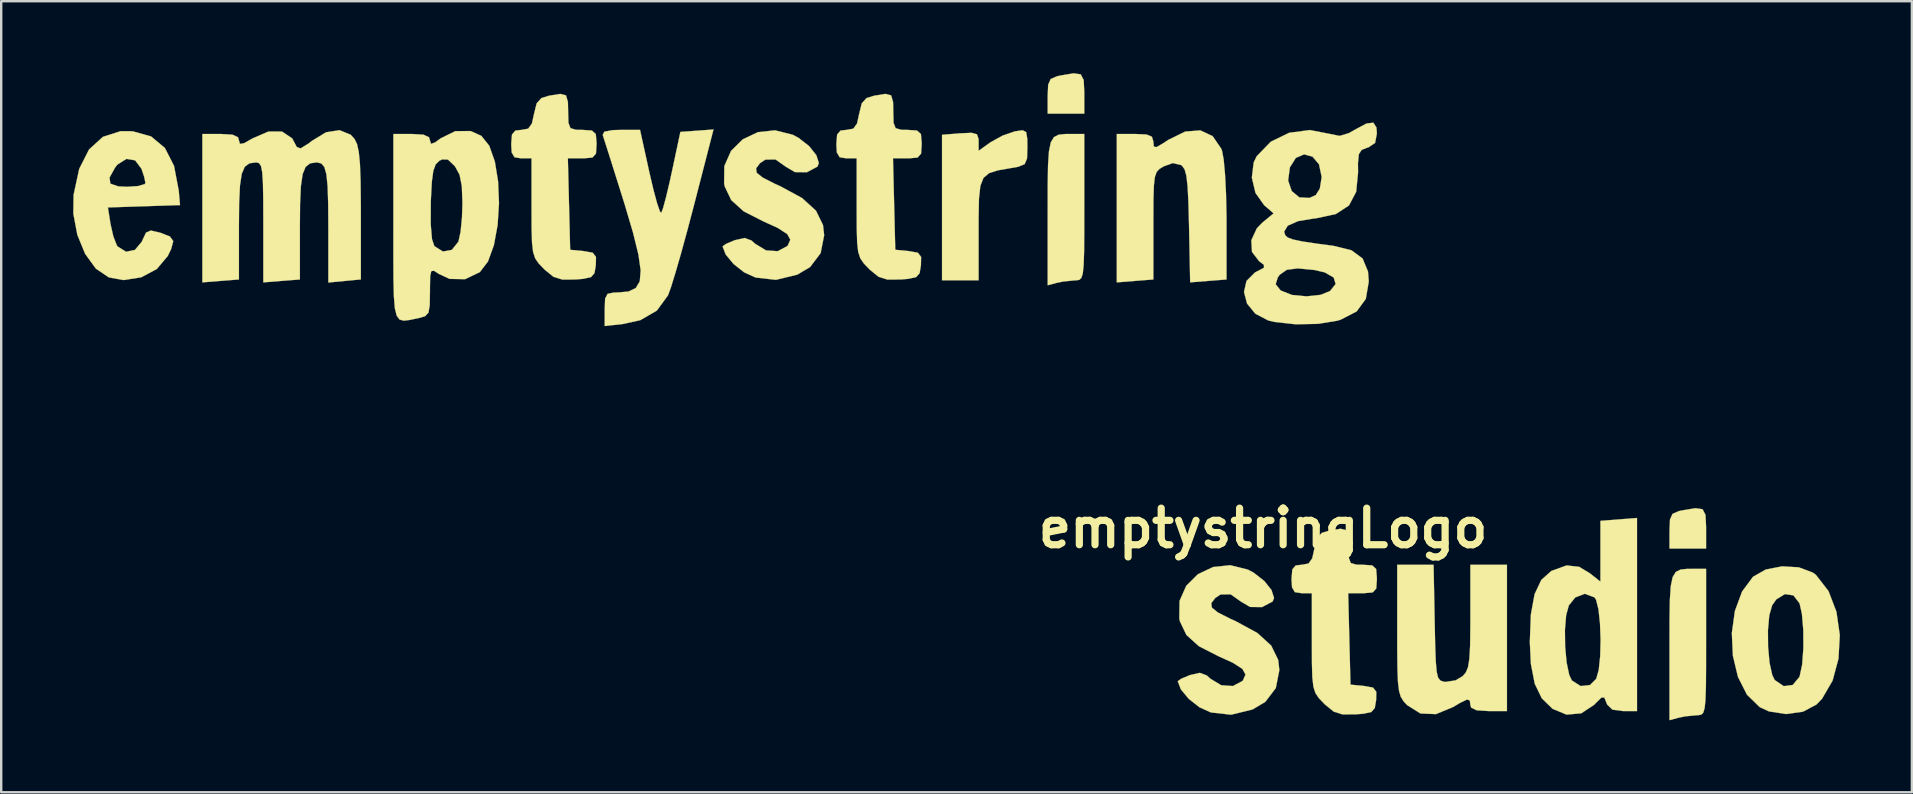
<source format=kicad_pcb>
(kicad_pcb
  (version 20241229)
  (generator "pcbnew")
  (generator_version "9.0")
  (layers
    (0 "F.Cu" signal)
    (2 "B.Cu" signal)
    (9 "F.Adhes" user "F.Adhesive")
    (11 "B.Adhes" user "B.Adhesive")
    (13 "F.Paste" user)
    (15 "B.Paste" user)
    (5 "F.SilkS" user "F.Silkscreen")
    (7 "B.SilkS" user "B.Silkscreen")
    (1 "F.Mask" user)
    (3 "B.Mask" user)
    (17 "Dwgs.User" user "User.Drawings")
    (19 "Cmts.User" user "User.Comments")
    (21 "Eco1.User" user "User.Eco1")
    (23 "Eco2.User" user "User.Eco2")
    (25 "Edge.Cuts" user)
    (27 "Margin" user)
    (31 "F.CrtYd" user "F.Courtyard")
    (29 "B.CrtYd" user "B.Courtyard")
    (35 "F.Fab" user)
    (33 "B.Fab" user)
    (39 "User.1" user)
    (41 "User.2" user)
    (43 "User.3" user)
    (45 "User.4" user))
  (footprint "emptystringLogo"
    (layer "F.Cu")
    (at 49.577 18.957)
    (property "Reference" "emptystringLogo" (at 0 0 0) (layer "F.SilkS") (effects (font (size 1.524 1.524) (thickness 0.3))))
    (attr through_hole)
    (fp_poly (pts (xy -7.598 -18.91) (xy -7.476 -18.675) (xy -7.451 -18.191) (xy -7.451 -18.119) (xy -7.451 -17.272) (xy -8.975 -17.272) (xy -8.975 -18.013) (xy -8.955 -18.479) (xy -8.85 -18.715) (xy -8.593 -18.827) (xy -8.445 -18.86) (xy -7.896 -18.952) (xy -7.598 -18.91)) (stroke (width 0.01) (type solid)) (fill yes) (layer "F.SilkS"))
    (fp_poly (pts (xy 18.31 -0.791) (xy 18.432 -0.557) (xy 18.457 -0.073) (xy 18.457 0) (xy 18.457 0.847) (xy 16.933 0.847) (xy 16.933 0.106) (xy 16.953 -0.361) (xy 17.058 -0.596) (xy 17.315 -0.709) (xy 17.462 -0.741) (xy 18.012 -0.833) (xy 18.31 -0.791)) (stroke (width 0.01) (type solid)) (fill yes) (layer "F.SilkS"))
    (fp_poly (pts (xy -7.451 -13.377) (xy -7.452 -12.295) (xy -7.458 -11.504) (xy -7.477 -10.961) (xy -7.512 -10.617) (xy -7.571 -10.428) (xy -7.658 -10.347) (xy -7.78 -10.328) (xy -7.832 -10.327) (xy -8.322 -10.279) (xy -8.594 -10.223) (xy -8.975 -10.121) (xy -8.975 -13.17) (xy -8.974 -14.295) (xy -8.961 -15.125) (xy -8.922 -15.706) (xy -8.844 -16.081) (xy -8.712 -16.297) (xy -8.512 -16.396) (xy -8.23 -16.424) (xy -7.945 -16.425) (xy -7.451 -16.425) (xy -7.451 -13.377)) (stroke (width 0.01) (type solid)) (fill yes) (layer "F.SilkS"))
    (fp_poly (pts (xy 18.457 4.741) (xy 18.456 5.824) (xy 18.45 6.614) (xy 18.431 7.158) (xy 18.396 7.501) (xy 18.337 7.691) (xy 18.25 7.772) (xy 18.128 7.791) (xy 18.076 7.792) (xy 17.586 7.84) (xy 17.314 7.896) (xy 16.933 7.998) (xy 16.933 4.949) (xy 16.934 3.824) (xy 16.947 2.994) (xy 16.986 2.413) (xy 17.064 2.037) (xy 17.196 1.822) (xy 17.396 1.723) (xy 17.678 1.694) (xy 17.963 1.693) (xy 18.457 1.693) (xy 18.457 4.741)) (stroke (width 0.01) (type solid)) (fill yes) (layer "F.SilkS"))
    (fp_poly (pts (xy -9.871 -16.503) (xy -9.825 -16.219) (xy -9.821 -15.875) (xy -9.835 -15.405) (xy -9.934 -15.168) (xy -10.202 -15.058) (xy -10.52 -15.002) (xy -11.049 -14.91) (xy -11.415 -14.794) (xy -11.649 -14.598) (xy -11.78 -14.263) (xy -11.838 -13.732) (xy -11.853 -12.949) (xy -11.853 -12.44) (xy -11.853 -10.329) (xy -13.377 -10.329) (xy -13.377 -16.391) (xy -12.615 -16.452) (xy -12.146 -16.473) (xy -11.923 -16.412) (xy -11.857 -16.23) (xy -11.853 -16.119) (xy -11.853 -15.725) (xy -11.36 -16.077) (xy -10.857 -16.356) (xy -10.344 -16.533) (xy -10.023 -16.581) (xy -9.871 -16.503)) (stroke (width 0.01) (type solid)) (fill yes) (layer "F.SilkS"))
    (fp_poly (pts (xy 7.15 3.937) (xy 7.17 4.884) (xy 7.194 5.545) (xy 7.231 5.974) (xy 7.29 6.223) (xy 7.382 6.345) (xy 7.515 6.394) (xy 7.592 6.406) (xy 8.02 6.34) (xy 8.311 6.168) (xy 8.447 6.011) (xy 8.539 5.789) (xy 8.595 5.438) (xy 8.625 4.898) (xy 8.635 4.107) (xy 8.636 3.699) (xy 8.636 1.524) (xy 10.16 1.524) (xy 10.16 7.62) (xy 9.398 7.62) (xy 8.896 7.587) (xy 8.667 7.474) (xy 8.636 7.366) (xy 8.612 7.172) (xy 8.492 7.141) (xy 8.204 7.28) (xy 7.92 7.45) (xy 7.201 7.747) (xy 6.555 7.719) (xy 6.004 7.374) (xy 5.848 7.206) (xy 5.737 7.027) (xy 5.664 6.779) (xy 5.619 6.406) (xy 5.597 5.851) (xy 5.589 5.057) (xy 5.588 4.241) (xy 5.588 1.524) (xy 7.103 1.524) (xy 7.15 3.937)) (stroke (width 0.01) (type solid)) (fill yes) (layer "F.SilkS"))
    (fp_poly (pts (xy -2.101 -16.334) (xy -1.743 -15.811) (xy -1.711 -15.726) (xy -1.643 -15.363) (xy -1.586 -14.74) (xy -1.545 -13.938) (xy -1.525 -13.034) (xy -1.524 -12.776) (xy -1.524 -10.363) (xy -2.282 -10.303) (xy -3.039 -10.243) (xy -3.086 -12.596) (xy -3.111 -13.558) (xy -3.145 -14.235) (xy -3.196 -14.681) (xy -3.271 -14.951) (xy -3.376 -15.099) (xy -3.418 -15.129) (xy -3.761 -15.213) (xy -4.138 -15.077) (xy -4.313 -14.973) (xy -4.434 -14.844) (xy -4.51 -14.629) (xy -4.551 -14.271) (xy -4.568 -13.709) (xy -4.572 -12.884) (xy -4.572 -12.604) (xy -4.572 -10.363) (xy -5.334 -10.303) (xy -6.096 -10.242) (xy -6.096 -16.425) (xy -5.334 -16.425) (xy -4.857 -16.403) (xy -4.632 -16.31) (xy -4.572 -16.11) (xy -4.572 -16.092) (xy -4.552 -15.9) (xy -4.44 -15.878) (xy -4.162 -16.038) (xy -3.956 -16.176) (xy -3.246 -16.525) (xy -2.615 -16.575) (xy -2.101 -16.334)) (stroke (width 0.01) (type solid)) (fill yes) (layer "F.SilkS"))
    (fp_poly (pts (xy -23.72 -13.428) (xy -23.991 -12.401) (xy -24.251 -11.452) (xy -24.484 -10.646) (xy -24.67 -10.043) (xy -24.793 -9.706) (xy -24.794 -9.703) (xy -25.258 -9.067) (xy -25.951 -8.666) (xy -26.672 -8.508) (xy -27.432 -8.423) (xy -27.432 -9.122) (xy -27.415 -9.565) (xy -27.312 -9.765) (xy -27.048 -9.819) (xy -26.873 -9.821) (xy -26.438 -9.862) (xy -26.137 -10.006) (xy -25.97 -10.287) (xy -25.933 -10.741) (xy -26.027 -11.401) (xy -26.248 -12.301) (xy -26.595 -13.475) (xy -26.674 -13.727) (xy -26.947 -14.596) (xy -27.187 -15.358) (xy -27.375 -15.95) (xy -27.491 -16.311) (xy -27.515 -16.383) (xy -27.45 -16.52) (xy -27.105 -16.585) (xy -26.775 -16.595) (xy -25.96 -16.595) (xy -25.569 -14.815) (xy -25.402 -14.104) (xy -25.252 -13.547) (xy -25.135 -13.206) (xy -25.077 -13.134) (xy -25.001 -13.332) (xy -24.878 -13.785) (xy -24.728 -14.418) (xy -24.628 -14.871) (xy -24.279 -16.51) (xy -23.589 -16.561) (xy -22.899 -16.612) (xy -23.72 -13.428)) (stroke (width 0.01) (type solid)) (fill yes) (layer "F.SilkS"))
    (fp_poly (pts (xy 22.322 1.631) (xy 22.907 1.851) (xy 23.035 1.947) (xy 23.558 2.621) (xy 23.889 3.485) (xy 24.028 4.452) (xy 23.974 5.435) (xy 23.729 6.348) (xy 23.29 7.104) (xy 23.06 7.344) (xy 22.495 7.645) (xy 21.788 7.744) (xy 21.077 7.633) (xy 20.691 7.456) (xy 20.159 6.936) (xy 19.785 6.196) (xy 19.574 5.315) (xy 19.53 4.374) (xy 19.546 4.253) (xy 21.034 4.253) (xy 21.04 4.947) (xy 21.101 5.607) (xy 21.214 6.121) (xy 21.317 6.327) (xy 21.691 6.58) (xy 22.067 6.532) (xy 22.346 6.196) (xy 22.356 6.17) (xy 22.461 5.678) (xy 22.511 4.989) (xy 22.507 4.238) (xy 22.449 3.562) (xy 22.352 3.132) (xy 22.095 2.8) (xy 21.743 2.746) (xy 21.385 2.963) (xy 21.207 3.217) (xy 21.089 3.639) (xy 21.034 4.253) (xy 19.546 4.253) (xy 19.656 3.454) (xy 19.958 2.637) (xy 20.413 2.024) (xy 20.943 1.722) (xy 21.624 1.59) (xy 22.322 1.631)) (stroke (width 0.01) (type solid)) (fill yes) (layer "F.SilkS"))
    (fp_poly (pts (xy -29.043 -18.032) (xy -28.964 -17.755) (xy -28.956 -17.357) (xy -28.943 -16.888) (xy -28.858 -16.667) (xy -28.627 -16.599) (xy -28.363 -16.595) (xy -27.966 -16.568) (xy -27.803 -16.421) (xy -27.771 -16.047) (xy -27.771 -16.002) (xy -27.796 -15.606) (xy -27.943 -15.443) (xy -28.313 -15.409) (xy -28.369 -15.409) (xy -28.967 -15.409) (xy -28.871 -11.599) (xy -28.311 -11.546) (xy -27.932 -11.478) (xy -27.795 -11.303) (xy -27.803 -10.953) (xy -27.858 -10.626) (xy -28.003 -10.46) (xy -28.334 -10.388) (xy -28.663 -10.362) (xy -29.202 -10.36) (xy -29.569 -10.475) (xy -29.925 -10.765) (xy -29.976 -10.815) (xy -30.188 -11.036) (xy -30.33 -11.245) (xy -30.416 -11.51) (xy -30.461 -11.903) (xy -30.478 -12.493) (xy -30.48 -13.351) (xy -30.48 -15.409) (xy -30.903 -15.409) (xy -31.19 -15.454) (xy -31.307 -15.653) (xy -31.327 -16.002) (xy -31.295 -16.403) (xy -31.153 -16.567) (xy -30.905 -16.595) (xy -30.62 -16.646) (xy -30.465 -16.862) (xy -30.378 -17.255) (xy -30.268 -17.701) (xy -30.068 -17.922) (xy -29.763 -18.017) (xy -29.281 -18.095) (xy -29.043 -18.032)) (stroke (width 0.01) (type solid)) (fill yes) (layer "F.SilkS"))
    (fp_poly (pts (xy 3.469 0.087) (xy 3.548 0.364) (xy 3.556 0.762) (xy 3.569 1.23) (xy 3.654 1.452) (xy 3.885 1.519) (xy 4.149 1.524) (xy 4.546 1.55) (xy 4.709 1.698) (xy 4.741 2.072) (xy 4.741 2.117) (xy 4.716 2.513) (xy 4.569 2.676) (xy 4.199 2.709) (xy 4.143 2.709) (xy 3.545 2.709) (xy 3.641 6.519) (xy 4.201 6.573) (xy 4.58 6.641) (xy 4.717 6.816) (xy 4.709 7.166) (xy 4.654 7.492) (xy 4.509 7.659) (xy 4.178 7.731) (xy 3.849 7.756) (xy 3.31 7.759) (xy 2.943 7.643) (xy 2.587 7.354) (xy 2.536 7.304) (xy 2.324 7.082) (xy 2.182 6.874) (xy 2.096 6.608) (xy 2.051 6.216) (xy 2.034 5.626) (xy 2.032 4.768) (xy 2.032 2.709) (xy 1.609 2.709) (xy 1.322 2.665) (xy 1.205 2.466) (xy 1.185 2.117) (xy 1.217 1.716) (xy 1.359 1.552) (xy 1.607 1.524) (xy 1.892 1.473) (xy 2.047 1.257) (xy 2.134 0.864) (xy 2.244 0.418) (xy 2.444 0.197) (xy 2.749 0.102) (xy 3.231 0.023) (xy 3.469 0.087)) (stroke (width 0.01) (type solid)) (fill yes) (layer "F.SilkS"))
    (fp_poly (pts (xy 15.579 7.62) (xy 14.997 7.62) (xy 14.553 7.56) (xy 14.334 7.347) (xy 14.306 7.272) (xy 14.217 7.055) (xy 14.095 7.058) (xy 13.851 7.296) (xy 13.794 7.357) (xy 13.257 7.713) (xy 12.642 7.767) (xy 12.059 7.525) (xy 11.612 7.088) (xy 11.318 6.482) (xy 11.157 5.652) (xy 11.113 4.741) (xy 11.132 4.234) (xy 12.576 4.234) (xy 12.584 4.925) (xy 12.645 5.589) (xy 12.754 6.112) (xy 12.864 6.344) (xy 13.23 6.578) (xy 13.62 6.534) (xy 13.879 6.276) (xy 13.985 5.904) (xy 14.045 5.33) (xy 14.062 4.654) (xy 14.037 3.973) (xy 13.974 3.384) (xy 13.874 2.985) (xy 13.809 2.885) (xy 13.406 2.732) (xy 13.007 2.884) (xy 12.738 3.219) (xy 12.626 3.628) (xy 12.576 4.234) (xy 11.132 4.234) (xy 11.156 3.599) (xy 11.312 2.748) (xy 11.591 2.155) (xy 12.002 1.789) (xy 12.028 1.775) (xy 12.645 1.552) (xy 13.169 1.61) (xy 13.608 1.875) (xy 14.055 2.226) (xy 14.055 -0.305) (xy 14.817 -0.365) (xy 15.579 -0.426) (xy 15.579 7.62)) (stroke (width 0.01) (type solid)) (fill yes) (layer "F.SilkS"))
    (fp_poly (pts (xy -15.497 -18.032) (xy -15.417 -17.755) (xy -15.409 -17.357) (xy -15.397 -16.888) (xy -15.311 -16.667) (xy -15.08 -16.599) (xy -14.817 -16.595) (xy -14.419 -16.568) (xy -14.257 -16.421) (xy -14.224 -16.047) (xy -14.224 -16.002) (xy -14.25 -15.606) (xy -14.396 -15.443) (xy -14.766 -15.409) (xy -14.822 -15.409) (xy -15.42 -15.409) (xy -15.373 -13.504) (xy -15.325 -11.599) (xy -14.764 -11.546) (xy -14.385 -11.478) (xy -14.249 -11.303) (xy -14.256 -10.953) (xy -14.311 -10.626) (xy -14.456 -10.46) (xy -14.787 -10.388) (xy -15.117 -10.362) (xy -15.656 -10.36) (xy -16.023 -10.475) (xy -16.379 -10.765) (xy -16.429 -10.815) (xy -16.641 -11.036) (xy -16.783 -11.245) (xy -16.87 -11.51) (xy -16.914 -11.903) (xy -16.931 -12.493) (xy -16.933 -13.351) (xy -16.933 -15.409) (xy -17.357 -15.409) (xy -17.643 -15.454) (xy -17.76 -15.653) (xy -17.78 -16.002) (xy -17.748 -16.403) (xy -17.606 -16.567) (xy -17.359 -16.595) (xy -17.073 -16.646) (xy -16.918 -16.862) (xy -16.832 -17.255) (xy -16.722 -17.701) (xy -16.521 -17.922) (xy -16.216 -18.017) (xy -15.734 -18.095) (xy -15.497 -18.032)) (stroke (width 0.01) (type solid)) (fill yes) (layer "F.SilkS"))
    (fp_poly (pts (xy -19.601 -16.393) (xy -19.357 -16.264) (xy -18.915 -15.919) (xy -18.614 -15.54) (xy -18.509 -15.211) (xy -18.569 -15.064) (xy -19.01 -14.83) (xy -19.508 -14.837) (xy -19.888 -15.061) (xy -20.317 -15.364) (xy -20.742 -15.357) (xy -20.963 -15.206) (xy -21.124 -14.993) (xy -21.099 -14.808) (xy -20.847 -14.606) (xy -20.331 -14.344) (xy -20.094 -14.236) (xy -19.205 -13.753) (xy -18.628 -13.227) (xy -18.337 -12.631) (xy -18.288 -12.207) (xy -18.436 -11.458) (xy -18.872 -10.883) (xy -19.405 -10.565) (xy -20.298 -10.348) (xy -21.143 -10.443) (xy -21.622 -10.66) (xy -22.06 -11.005) (xy -22.391 -11.403) (xy -22.521 -11.741) (xy -22.38 -11.845) (xy -22.037 -11.989) (xy -22.007 -12) (xy -21.6 -12.092) (xy -21.311 -11.983) (xy -21.16 -11.847) (xy -20.71 -11.575) (xy -20.223 -11.541) (xy -19.826 -11.753) (xy -19.805 -11.777) (xy -19.698 -12.021) (xy -19.828 -12.255) (xy -20.226 -12.513) (xy -20.828 -12.786) (xy -21.641 -13.201) (xy -22.16 -13.67) (xy -22.43 -14.234) (xy -22.456 -14.355) (xy -22.447 -15.09) (xy -22.168 -15.719) (xy -21.681 -16.201) (xy -21.05 -16.5) (xy -20.336 -16.577) (xy -19.601 -16.393)) (stroke (width 0.01) (type solid)) (fill yes) (layer "F.SilkS"))
    (fp_poly (pts (xy -0.636 1.725) (xy -0.392 1.854) (xy 0.05 2.2) (xy 0.351 2.579) (xy 0.457 2.908) (xy 0.397 3.054) (xy -0.045 3.288) (xy -0.542 3.282) (xy -0.923 3.058) (xy -1.352 2.755) (xy -1.777 2.762) (xy -1.998 2.913) (xy -2.159 3.125) (xy -2.133 3.311) (xy -1.882 3.513) (xy -1.366 3.774) (xy -1.128 3.882) (xy -0.239 4.366) (xy 0.337 4.891) (xy 0.629 5.488) (xy 0.677 5.912) (xy 0.53 6.661) (xy 0.093 7.236) (xy -0.44 7.553) (xy -1.332 7.771) (xy -2.178 7.676) (xy -2.656 7.459) (xy -3.095 7.114) (xy -3.426 6.716) (xy -3.556 6.378) (xy -3.415 6.274) (xy -3.071 6.13) (xy -3.041 6.119) (xy -2.635 6.027) (xy -2.346 6.136) (xy -2.195 6.272) (xy -1.745 6.544) (xy -1.258 6.577) (xy -0.861 6.366) (xy -0.84 6.342) (xy -0.733 6.098) (xy -0.862 5.863) (xy -1.26 5.606) (xy -1.863 5.333) (xy -2.676 4.917) (xy -3.195 4.449) (xy -3.465 3.884) (xy -3.491 3.764) (xy -3.481 3.029) (xy -3.202 2.4) (xy -2.716 1.917) (xy -2.084 1.618) (xy -1.37 1.542) (xy -0.636 1.725)) (stroke (width 0.01) (type solid)) (fill yes) (layer "F.SilkS"))
    (fp_poly (pts (xy -47.106 -16.539) (xy -46.332 -16.322) (xy -45.757 -15.842) (xy -45.375 -15.093) (xy -45.18 -14.066) (xy -45.179 -14.055) (xy -45.127 -13.462) (xy -46.63 -13.413) (xy -48.132 -13.364) (xy -48.019 -12.659) (xy -47.906 -12.163) (xy -47.764 -11.795) (xy -47.724 -11.735) (xy -47.374 -11.518) (xy -47.006 -11.594) (xy -46.719 -11.936) (xy -46.693 -11.998) (xy -46.543 -12.315) (xy -46.345 -12.402) (xy -45.965 -12.314) (xy -45.946 -12.309) (xy -45.548 -12.155) (xy -45.408 -11.961) (xy -45.496 -11.63) (xy -45.638 -11.34) (xy -46.094 -10.798) (xy -46.745 -10.452) (xy -47.485 -10.338) (xy -48.091 -10.449) (xy -48.631 -10.812) (xy -49.08 -11.43) (xy -49.405 -12.222) (xy -49.572 -13.108) (xy -49.56 -13.895) (xy -49.405 -14.609) (xy -48.064 -14.609) (xy -48.029 -14.356) (xy -47.7 -14.242) (xy -47.329 -14.224) (xy -46.874 -14.255) (xy -46.602 -14.335) (xy -46.567 -14.382) (xy -46.622 -14.647) (xy -46.732 -14.975) (xy -46.997 -15.326) (xy -47.358 -15.387) (xy -47.731 -15.153) (xy -47.827 -15.033) (xy -48.064 -14.609) (xy -49.405 -14.609) (xy -49.326 -14.974) (xy -48.916 -15.781) (xy -48.338 -16.307) (xy -47.603 -16.541) (xy -47.106 -16.539)) (stroke (width 0.01) (type solid)) (fill yes) (layer "F.SilkS"))
    (fp_poly (pts (xy -38.015 -16.393) (xy -37.856 -16.218) (xy -37.752 -16.007) (xy -37.679 -15.679) (xy -37.63 -15.184) (xy -37.603 -14.47) (xy -37.593 -13.485) (xy -37.592 -13.103) (xy -37.592 -10.365) (xy -38.269 -10.3) (xy -38.947 -10.236) (xy -38.947 -12.47) (xy -38.953 -13.506) (xy -38.977 -14.25) (xy -39.028 -14.749) (xy -39.113 -15.049) (xy -39.24 -15.197) (xy -39.419 -15.24) (xy -39.439 -15.24) (xy -39.704 -15.202) (xy -39.893 -15.055) (xy -40.017 -14.754) (xy -40.091 -14.249) (xy -40.125 -13.495) (xy -40.132 -12.599) (xy -40.132 -10.363) (xy -40.894 -10.303) (xy -41.656 -10.242) (xy -41.656 -12.741) (xy -41.659 -13.711) (xy -41.672 -14.393) (xy -41.702 -14.837) (xy -41.754 -15.092) (xy -41.834 -15.21) (xy -41.95 -15.24) (xy -41.961 -15.24) (xy -42.232 -15.203) (xy -42.426 -15.062) (xy -42.554 -14.768) (xy -42.629 -14.275) (xy -42.664 -13.534) (xy -42.672 -12.599) (xy -42.672 -10.363) (xy -43.434 -10.303) (xy -44.196 -10.242) (xy -44.196 -16.425) (xy -43.434 -16.425) (xy -42.94 -16.395) (xy -42.711 -16.288) (xy -42.672 -16.158) (xy -42.63 -16.011) (xy -42.456 -16.041) (xy -42.102 -16.242) (xy -41.439 -16.528) (xy -40.875 -16.525) (xy -40.452 -16.242) (xy -40.261 -15.881) (xy -40.104 -15.824) (xy -39.757 -16.037) (xy -39.64 -16.132) (xy -39.043 -16.495) (xy -38.481 -16.583) (xy -38.015 -16.393)) (stroke (width 0.01) (type solid)) (fill yes) (layer "F.SilkS"))
    (fp_poly (pts (xy -32.571 -16.346) (xy -32.24 -15.931) (xy -32.008 -15.272) (xy -31.874 -14.449) (xy -31.836 -13.542) (xy -31.894 -12.631) (xy -32.048 -11.794) (xy -32.295 -11.113) (xy -32.633 -10.67) (xy -33.248 -10.375) (xy -33.896 -10.387) (xy -34.337 -10.593) (xy -34.546 -10.726) (xy -34.659 -10.711) (xy -34.704 -10.489) (xy -34.713 -9.999) (xy -34.713 -9.852) (xy -34.722 -9.292) (xy -34.775 -8.981) (xy -34.916 -8.831) (xy -35.187 -8.753) (xy -35.242 -8.742) (xy -35.558 -8.676) (xy -35.799 -8.646) (xy -35.975 -8.691) (xy -36.097 -8.849) (xy -36.174 -9.157) (xy -36.216 -9.655) (xy -36.234 -10.38) (xy -36.238 -11.371) (xy -36.237 -12.531) (xy -36.237 -12.662) (xy -34.681 -12.662) (xy -34.629 -12.05) (xy -34.53 -11.752) (xy -34.172 -11.528) (xy -33.802 -11.596) (xy -33.529 -11.936) (xy -33.524 -11.949) (xy -33.438 -12.342) (xy -33.379 -12.938) (xy -33.359 -13.539) (xy -33.385 -14.25) (xy -33.479 -14.725) (xy -33.662 -15.063) (xy -33.687 -15.094) (xy -33.964 -15.359) (xy -34.209 -15.365) (xy -34.322 -15.307) (xy -34.473 -15.16) (xy -34.572 -14.894) (xy -34.634 -14.442) (xy -34.672 -13.733) (xy -34.678 -13.554) (xy -34.681 -12.662) (xy -36.237 -12.662) (xy -36.237 -16.425) (xy -35.475 -16.425) (xy -34.98 -16.395) (xy -34.751 -16.287) (xy -34.713 -16.159) (xy -34.67 -16.012) (xy -34.494 -16.076) (xy -34.267 -16.244) (xy -33.653 -16.544) (xy -33.013 -16.546) (xy -32.571 -16.346)) (stroke (width 0.01) (type solid)) (fill yes) (layer "F.SilkS"))
    (fp_poly (pts (xy 4.723 -16.694) (xy 4.741 -16.444) (xy 4.666 -16.053) (xy 4.389 -15.867) (xy 4.338 -15.853) (xy 4.106 -15.762) (xy 3.989 -15.579) (xy 3.953 -15.21) (xy 3.957 -14.823) (xy 3.878 -14.016) (xy 3.579 -13.448) (xy 3.033 -13.09) (xy 2.214 -12.913) (xy 2.131 -12.906) (xy 1.458 -12.794) (xy 1.027 -12.603) (xy 0.876 -12.355) (xy 0.923 -12.206) (xy 1.028 -12.11) (xy 1.251 -12.027) (xy 1.651 -11.944) (xy 2.287 -11.849) (xy 2.933 -11.764) (xy 3.68 -11.58) (xy 4.147 -11.235) (xy 4.371 -10.692) (xy 4.403 -10.277) (xy 4.28 -9.553) (xy 3.898 -9.032) (xy 3.234 -8.688) (xy 3.091 -8.645) (xy 2.284 -8.513) (xy 1.351 -8.496) (xy 0.48 -8.592) (xy 0.213 -8.656) (xy -0.325 -8.936) (xy -0.668 -9.358) (xy -0.796 -9.841) (xy -0.723 -10.165) (xy 0.524 -10.165) (xy 0.715 -9.924) (xy 0.752 -9.896) (xy 1.203 -9.718) (xy 1.806 -9.66) (xy 2.4 -9.723) (xy 2.789 -9.882) (xy 3.022 -10.173) (xy 2.941 -10.443) (xy 2.571 -10.657) (xy 2.146 -10.757) (xy 1.446 -10.825) (xy 0.987 -10.766) (xy 0.694 -10.563) (xy 0.611 -10.446) (xy 0.524 -10.165) (xy -0.723 -10.165) (xy -0.692 -10.301) (xy -0.337 -10.656) (xy -0.25 -10.701) (xy 0.036 -10.85) (xy 0.033 -10.973) (xy -0.17 -11.128) (xy -0.463 -11.511) (xy -0.49 -11.999) (xy -0.261 -12.493) (xy -0.036 -12.726) (xy 0.436 -13.117) (xy 0.043 -13.459) (xy -0.317 -13.968) (xy -0.44 -14.485) (xy 1.043 -14.485) (xy 1.193 -14.047) (xy 1.509 -13.784) (xy 1.93 -13.76) (xy 2.193 -13.877) (xy 2.364 -14.149) (xy 2.438 -14.612) (xy 2.438 -14.647) (xy 2.329 -15.162) (xy 2.058 -15.48) (xy 1.708 -15.576) (xy 1.363 -15.427) (xy 1.116 -15.035) (xy 1.043 -14.485) (xy -0.44 -14.485) (xy -0.469 -14.608) (xy -0.392 -15.239) (xy -0.266 -15.499) (xy 0.319 -16.102) (xy 1.086 -16.475) (xy 1.945 -16.589) (xy 2.801 -16.423) (xy 3.189 -16.344) (xy 3.579 -16.463) (xy 3.806 -16.592) (xy 4.304 -16.86) (xy 4.594 -16.896) (xy 4.723 -16.694)) (stroke (width 0.01) (type solid)) (fill yes) (layer "F.SilkS")))
  (gr_rect
    (start -3 -3)
    (end 76.609 29.96)
    (stroke (width 0.1) (type default))
    (fill no)
    (layer "Edge.Cuts")))
</source>
